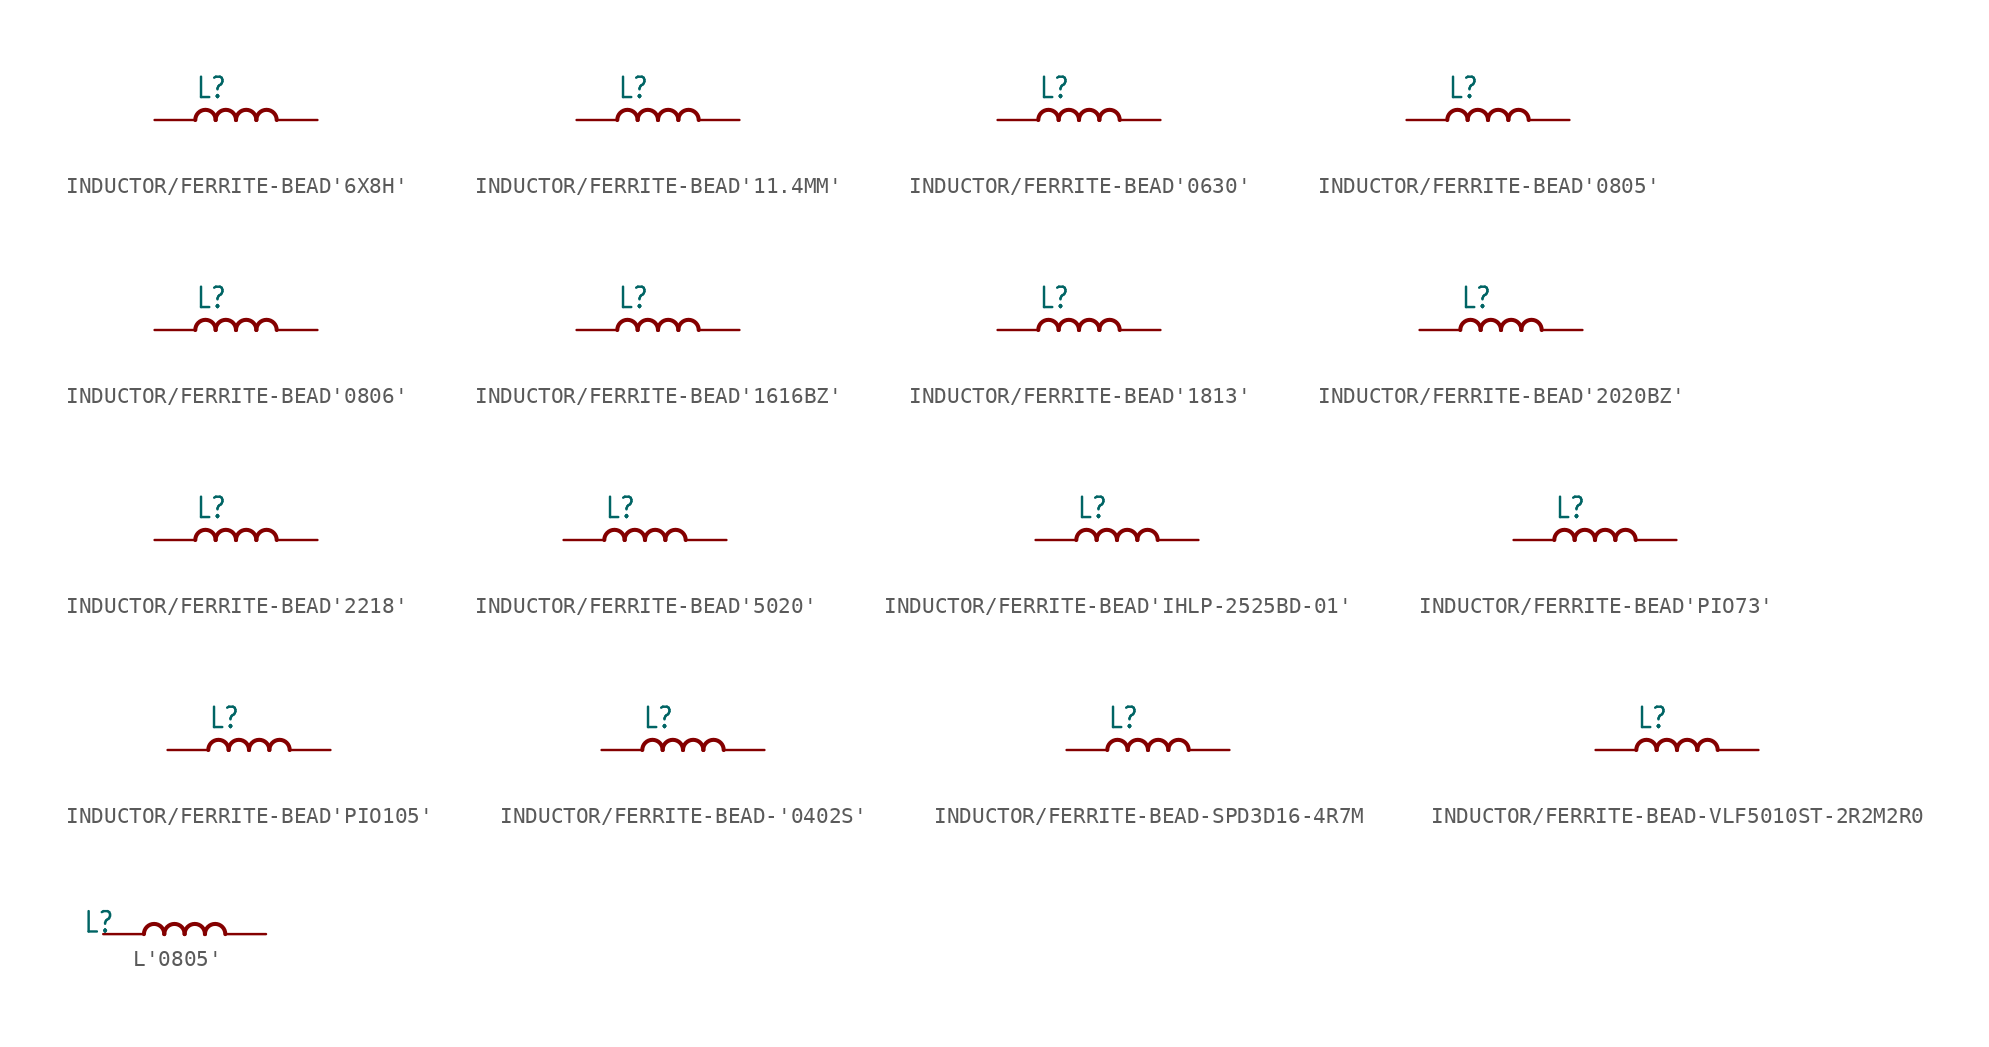
<source format=kicad_sym>
(kicad_symbol_lib
  (version 20241209)
  (generator "kicad_symbol_editor")
  (generator_version "9.0")
  (symbol "INDUCTOR/FERRITE-BEAD'6X8H'"
    (property "Reference" "L"
      (at -2.54 1.27 0)
      (effects (font (size 1.27 1.079)) (justify left bottom)))
    (property "Value" ""
      (at -2.54 -2.54 0)
      (effects (font (size 1.27 1.079)) (justify left bottom)))
    (property "ki_locked" ""
      (at 0 0 0)
      (effects (font (size 1.27 1.27))))
    (symbol "INDUCTOR/FERRITE-BEAD'6X8H'_1_0"
      (arc (start -2.54 0) (mid -1.905 0.635) (end -1.27 0) (stroke (width 0.254) (type solid)) (fill (type none)))
      (arc (start -1.27 0) (mid -0.635 0.635) (end 0 0) (stroke (width 0.254) (type solid)) (fill (type none)))
      (arc (start 0 0) (mid 0.635 0.635) (end 1.27 0) (stroke (width 0.254) (type solid)) (fill (type none)))
      (arc (start 1.27 0) (mid 1.905 0.635) (end 2.54 0) (stroke (width 0.254) (type solid)) (fill (type none)))
      (pin passive line (at -5.08 0 0) (length 2.54) (name "1" (effects (font (size 0 0)))) (number "1" (effects (font (size 0 0)))))
      (pin passive line (at 5.08 0 180) (length 2.54) (name "2" (effects (font (size 0 0)))) (number "2" (effects (font (size 0 0)))))))
  (symbol "INDUCTOR/FERRITE-BEAD'11.4MM'"
    (property "Reference" "L"
      (at -2.54 1.27 0)
      (effects (font (size 1.27 1.079)) (justify left bottom)))
    (property "Value" ""
      (at -2.54 -2.54 0)
      (effects (font (size 1.27 1.079)) (justify left bottom)))
    (property "ki_locked" ""
      (at 0 0 0)
      (effects (font (size 1.27 1.27))))
    (symbol "INDUCTOR/FERRITE-BEAD'11.4MM'_1_0"
      (arc (start -2.54 0) (mid -1.905 0.635) (end -1.27 0) (stroke (width 0.254) (type solid)) (fill (type none)))
      (arc (start -1.27 0) (mid -0.635 0.635) (end 0 0) (stroke (width 0.254) (type solid)) (fill (type none)))
      (arc (start 0 0) (mid 0.635 0.635) (end 1.27 0) (stroke (width 0.254) (type solid)) (fill (type none)))
      (arc (start 1.27 0) (mid 1.905 0.635) (end 2.54 0) (stroke (width 0.254) (type solid)) (fill (type none)))
      (pin passive line (at -5.08 0 0) (length 2.54) (name "1" (effects (font (size 0 0)))) (number "1" (effects (font (size 0 0)))))
      (pin passive line (at 5.08 0 180) (length 2.54) (name "2" (effects (font (size 0 0)))) (number "2" (effects (font (size 0 0)))))))
  (symbol "INDUCTOR/FERRITE-BEAD'0630'"
    (property "Reference" "L"
      (at -2.54 1.27 0)
      (effects (font (size 1.27 1.079)) (justify left bottom)))
    (property "Value" ""
      (at -2.54 -2.54 0)
      (effects (font (size 1.27 1.079)) (justify left bottom)))
    (property "ki_locked" ""
      (at 0 0 0)
      (effects (font (size 1.27 1.27))))
    (symbol "INDUCTOR/FERRITE-BEAD'0630'_1_0"
      (arc (start -2.54 0) (mid -1.905 0.635) (end -1.27 0) (stroke (width 0.254) (type solid)) (fill (type none)))
      (arc (start -1.27 0) (mid -0.635 0.635) (end 0 0) (stroke (width 0.254) (type solid)) (fill (type none)))
      (arc (start 0 0) (mid 0.635 0.635) (end 1.27 0) (stroke (width 0.254) (type solid)) (fill (type none)))
      (arc (start 1.27 0) (mid 1.905 0.635) (end 2.54 0) (stroke (width 0.254) (type solid)) (fill (type none)))
      (pin passive line (at -5.08 0 0) (length 2.54) (name "1" (effects (font (size 0 0)))) (number "1" (effects (font (size 0 0)))))
      (pin passive line (at 5.08 0 180) (length 2.54) (name "2" (effects (font (size 0 0)))) (number "2" (effects (font (size 0 0)))))))
  (symbol "INDUCTOR/FERRITE-BEAD'0805'"
    (property "Reference" "L"
      (at -2.54 1.27 0)
      (effects (font (size 1.27 1.079)) (justify left bottom)))
    (property "Value" ""
      (at -2.54 -2.54 0)
      (effects (font (size 1.27 1.079)) (justify left bottom)))
    (property "ki_locked" ""
      (at 0 0 0)
      (effects (font (size 1.27 1.27))))
    (symbol "INDUCTOR/FERRITE-BEAD'0805'_1_0"
      (arc (start -2.54 0) (mid -1.905 0.635) (end -1.27 0) (stroke (width 0.254) (type solid)) (fill (type none)))
      (arc (start -1.27 0) (mid -0.635 0.635) (end 0 0) (stroke (width 0.254) (type solid)) (fill (type none)))
      (arc (start 0 0) (mid 0.635 0.635) (end 1.27 0) (stroke (width 0.254) (type solid)) (fill (type none)))
      (arc (start 1.27 0) (mid 1.905 0.635) (end 2.54 0) (stroke (width 0.254) (type solid)) (fill (type none)))
      (pin passive line (at -5.08 0 0) (length 2.54) (name "1" (effects (font (size 0 0)))) (number "1" (effects (font (size 0 0)))))
      (pin passive line (at 5.08 0 180) (length 2.54) (name "2" (effects (font (size 0 0)))) (number "2" (effects (font (size 0 0)))))))
  (symbol "INDUCTOR/FERRITE-BEAD'0806'"
    (property "Reference" "L"
      (at -2.54 1.27 0)
      (effects (font (size 1.27 1.079)) (justify left bottom)))
    (property "Value" ""
      (at -2.54 -2.54 0)
      (effects (font (size 1.27 1.079)) (justify left bottom)))
    (property "ki_locked" ""
      (at 0 0 0)
      (effects (font (size 1.27 1.27))))
    (symbol "INDUCTOR/FERRITE-BEAD'0806'_1_0"
      (arc (start -2.54 0) (mid -1.905 0.635) (end -1.27 0) (stroke (width 0.254) (type solid)) (fill (type none)))
      (arc (start -1.27 0) (mid -0.635 0.635) (end 0 0) (stroke (width 0.254) (type solid)) (fill (type none)))
      (arc (start 0 0) (mid 0.635 0.635) (end 1.27 0) (stroke (width 0.254) (type solid)) (fill (type none)))
      (arc (start 1.27 0) (mid 1.905 0.635) (end 2.54 0) (stroke (width 0.254) (type solid)) (fill (type none)))
      (pin passive line (at -5.08 0 0) (length 2.54) (name "1" (effects (font (size 0 0)))) (number "1" (effects (font (size 0 0)))))
      (pin passive line (at 5.08 0 180) (length 2.54) (name "2" (effects (font (size 0 0)))) (number "2" (effects (font (size 0 0)))))))
  (symbol "INDUCTOR/FERRITE-BEAD'1616BZ'"
    (property "Reference" "L"
      (at -2.54 1.27 0)
      (effects (font (size 1.27 1.079)) (justify left bottom)))
    (property "Value" ""
      (at -2.54 -2.54 0)
      (effects (font (size 1.27 1.079)) (justify left bottom)))
    (property "ki_locked" ""
      (at 0 0 0)
      (effects (font (size 1.27 1.27))))
    (symbol "INDUCTOR/FERRITE-BEAD'1616BZ'_1_0"
      (arc (start -2.54 0) (mid -1.905 0.635) (end -1.27 0) (stroke (width 0.254) (type solid)) (fill (type none)))
      (arc (start -1.27 0) (mid -0.635 0.635) (end 0 0) (stroke (width 0.254) (type solid)) (fill (type none)))
      (arc (start 0 0) (mid 0.635 0.635) (end 1.27 0) (stroke (width 0.254) (type solid)) (fill (type none)))
      (arc (start 1.27 0) (mid 1.905 0.635) (end 2.54 0) (stroke (width 0.254) (type solid)) (fill (type none)))
      (pin passive line (at -5.08 0 0) (length 2.54) (name "1" (effects (font (size 0 0)))) (number "1" (effects (font (size 0 0)))))
      (pin passive line (at 5.08 0 180) (length 2.54) (name "2" (effects (font (size 0 0)))) (number "2" (effects (font (size 0 0)))))))
  (symbol "INDUCTOR/FERRITE-BEAD'1813'"
    (property "Reference" "L"
      (at -2.54 1.27 0)
      (effects (font (size 1.27 1.079)) (justify left bottom)))
    (property "Value" ""
      (at -2.54 -2.54 0)
      (effects (font (size 1.27 1.079)) (justify left bottom)))
    (property "ki_locked" ""
      (at 0 0 0)
      (effects (font (size 1.27 1.27))))
    (symbol "INDUCTOR/FERRITE-BEAD'1813'_1_0"
      (arc (start -2.54 0) (mid -1.905 0.635) (end -1.27 0) (stroke (width 0.254) (type solid)) (fill (type none)))
      (arc (start -1.27 0) (mid -0.635 0.635) (end 0 0) (stroke (width 0.254) (type solid)) (fill (type none)))
      (arc (start 0 0) (mid 0.635 0.635) (end 1.27 0) (stroke (width 0.254) (type solid)) (fill (type none)))
      (arc (start 1.27 0) (mid 1.905 0.635) (end 2.54 0) (stroke (width 0.254) (type solid)) (fill (type none)))
      (pin passive line (at -5.08 0 0) (length 2.54) (name "1" (effects (font (size 0 0)))) (number "1" (effects (font (size 0 0)))))
      (pin passive line (at 5.08 0 180) (length 2.54) (name "2" (effects (font (size 0 0)))) (number "2" (effects (font (size 0 0)))))))
  (symbol "INDUCTOR/FERRITE-BEAD'2020BZ'"
    (property "Reference" "L"
      (at -2.54 1.27 0)
      (effects (font (size 1.27 1.079)) (justify left bottom)))
    (property "Value" ""
      (at -2.54 -2.54 0)
      (effects (font (size 1.27 1.079)) (justify left bottom)))
    (property "ki_locked" ""
      (at 0 0 0)
      (effects (font (size 1.27 1.27))))
    (symbol "INDUCTOR/FERRITE-BEAD'2020BZ'_1_0"
      (arc (start -2.54 0) (mid -1.905 0.635) (end -1.27 0) (stroke (width 0.254) (type solid)) (fill (type none)))
      (arc (start -1.27 0) (mid -0.635 0.635) (end 0 0) (stroke (width 0.254) (type solid)) (fill (type none)))
      (arc (start 0 0) (mid 0.635 0.635) (end 1.27 0) (stroke (width 0.254) (type solid)) (fill (type none)))
      (arc (start 1.27 0) (mid 1.905 0.635) (end 2.54 0) (stroke (width 0.254) (type solid)) (fill (type none)))
      (pin passive line (at -5.08 0 0) (length 2.54) (name "1" (effects (font (size 0 0)))) (number "1" (effects (font (size 0 0)))))
      (pin passive line (at 5.08 0 180) (length 2.54) (name "2" (effects (font (size 0 0)))) (number "2" (effects (font (size 0 0)))))))
  (symbol "INDUCTOR/FERRITE-BEAD'2218'"
    (property "Reference" "L"
      (at -2.54 1.27 0)
      (effects (font (size 1.27 1.079)) (justify left bottom)))
    (property "Value" ""
      (at -2.54 -2.54 0)
      (effects (font (size 1.27 1.079)) (justify left bottom)))
    (property "ki_locked" ""
      (at 0 0 0)
      (effects (font (size 1.27 1.27))))
    (symbol "INDUCTOR/FERRITE-BEAD'2218'_1_0"
      (arc (start -2.54 0) (mid -1.905 0.635) (end -1.27 0) (stroke (width 0.254) (type solid)) (fill (type none)))
      (arc (start -1.27 0) (mid -0.635 0.635) (end 0 0) (stroke (width 0.254) (type solid)) (fill (type none)))
      (arc (start 0 0) (mid 0.635 0.635) (end 1.27 0) (stroke (width 0.254) (type solid)) (fill (type none)))
      (arc (start 1.27 0) (mid 1.905 0.635) (end 2.54 0) (stroke (width 0.254) (type solid)) (fill (type none)))
      (pin passive line (at -5.08 0 0) (length 2.54) (name "1" (effects (font (size 0 0)))) (number "P$1" (effects (font (size 0 0)))))
      (pin passive line (at 5.08 0 180) (length 2.54) (name "2" (effects (font (size 0 0)))) (number "P$2" (effects (font (size 0 0)))))))
  (symbol "INDUCTOR/FERRITE-BEAD'5020'"
    (property "Reference" "L"
      (at -2.54 1.27 0)
      (effects (font (size 1.27 1.079)) (justify left bottom)))
    (property "Value" ""
      (at -2.54 -2.54 0)
      (effects (font (size 1.27 1.079)) (justify left bottom)))
    (property "ki_locked" ""
      (at 0 0 0)
      (effects (font (size 1.27 1.27))))
    (symbol "INDUCTOR/FERRITE-BEAD'5020'_1_0"
      (arc (start -2.54 0) (mid -1.905 0.635) (end -1.27 0) (stroke (width 0.254) (type solid)) (fill (type none)))
      (arc (start -1.27 0) (mid -0.635 0.635) (end 0 0) (stroke (width 0.254) (type solid)) (fill (type none)))
      (arc (start 0 0) (mid 0.635 0.635) (end 1.27 0) (stroke (width 0.254) (type solid)) (fill (type none)))
      (arc (start 1.27 0) (mid 1.905 0.635) (end 2.54 0) (stroke (width 0.254) (type solid)) (fill (type none)))
      (pin passive line (at -5.08 0 0) (length 2.54) (name "1" (effects (font (size 0 0)))) (number "1" (effects (font (size 0 0)))))
      (pin passive line (at 5.08 0 180) (length 2.54) (name "2" (effects (font (size 0 0)))) (number "2" (effects (font (size 0 0)))))))
  (symbol "INDUCTOR/FERRITE-BEAD'IHLP-2525BD-01'"
    (property "Reference" "L"
      (at -2.54 1.27 0)
      (effects (font (size 1.27 1.079)) (justify left bottom)))
    (property "Value" ""
      (at -2.54 -2.54 0)
      (effects (font (size 1.27 1.079)) (justify left bottom)))
    (property "ki_locked" ""
      (at 0 0 0)
      (effects (font (size 1.27 1.27))))
    (symbol "INDUCTOR/FERRITE-BEAD'IHLP-2525BD-01'_1_0"
      (arc (start -2.54 0) (mid -1.905 0.635) (end -1.27 0) (stroke (width 0.254) (type solid)) (fill (type none)))
      (arc (start -1.27 0) (mid -0.635 0.635) (end 0 0) (stroke (width 0.254) (type solid)) (fill (type none)))
      (arc (start 0 0) (mid 0.635 0.635) (end 1.27 0) (stroke (width 0.254) (type solid)) (fill (type none)))
      (arc (start 1.27 0) (mid 1.905 0.635) (end 2.54 0) (stroke (width 0.254) (type solid)) (fill (type none)))
      (pin passive line (at -5.08 0 0) (length 2.54) (name "1" (effects (font (size 0 0)))) (number "1" (effects (font (size 0 0)))))
      (pin passive line (at 5.08 0 180) (length 2.54) (name "2" (effects (font (size 0 0)))) (number "2" (effects (font (size 0 0)))))))
  (symbol "INDUCTOR/FERRITE-BEAD'PIO73'"
    (property "Reference" "L"
      (at -2.54 1.27 0)
      (effects (font (size 1.27 1.079)) (justify left bottom)))
    (property "Value" ""
      (at -2.54 -2.54 0)
      (effects (font (size 1.27 1.079)) (justify left bottom)))
    (property "ki_locked" ""
      (at 0 0 0)
      (effects (font (size 1.27 1.27))))
    (symbol "INDUCTOR/FERRITE-BEAD'PIO73'_1_0"
      (arc (start -2.54 0) (mid -1.905 0.635) (end -1.27 0) (stroke (width 0.254) (type solid)) (fill (type none)))
      (arc (start -1.27 0) (mid -0.635 0.635) (end 0 0) (stroke (width 0.254) (type solid)) (fill (type none)))
      (arc (start 0 0) (mid 0.635 0.635) (end 1.27 0) (stroke (width 0.254) (type solid)) (fill (type none)))
      (arc (start 1.27 0) (mid 1.905 0.635) (end 2.54 0) (stroke (width 0.254) (type solid)) (fill (type none)))
      (pin passive line (at -5.08 0 0) (length 2.54) (name "1" (effects (font (size 0 0)))) (number "1" (effects (font (size 0 0)))))
      (pin passive line (at 5.08 0 180) (length 2.54) (name "2" (effects (font (size 0 0)))) (number "2" (effects (font (size 0 0)))))))
  (symbol "INDUCTOR/FERRITE-BEAD'PIO105'"
    (property "Reference" "L"
      (at -2.54 1.27 0)
      (effects (font (size 1.27 1.079)) (justify left bottom)))
    (property "Value" ""
      (at -2.54 -2.54 0)
      (effects (font (size 1.27 1.079)) (justify left bottom)))
    (property "ki_locked" ""
      (at 0 0 0)
      (effects (font (size 1.27 1.27))))
    (symbol "INDUCTOR/FERRITE-BEAD'PIO105'_1_0"
      (arc (start -2.54 0) (mid -1.905 0.635) (end -1.27 0) (stroke (width 0.254) (type solid)) (fill (type none)))
      (arc (start -1.27 0) (mid -0.635 0.635) (end 0 0) (stroke (width 0.254) (type solid)) (fill (type none)))
      (arc (start 0 0) (mid 0.635 0.635) (end 1.27 0) (stroke (width 0.254) (type solid)) (fill (type none)))
      (arc (start 1.27 0) (mid 1.905 0.635) (end 2.54 0) (stroke (width 0.254) (type solid)) (fill (type none)))
      (pin passive line (at -5.08 0 0) (length 2.54) (name "1" (effects (font (size 0 0)))) (number "1" (effects (font (size 0 0)))))
      (pin passive line (at 5.08 0 180) (length 2.54) (name "2" (effects (font (size 0 0)))) (number "2" (effects (font (size 0 0)))))))
  (symbol "INDUCTOR/FERRITE-BEAD-'0402S'"
    (property "Reference" "L"
      (at -2.54 1.27 0)
      (effects (font (size 1.27 1.079)) (justify left bottom)))
    (property "Value" ""
      (at -2.54 -2.54 0)
      (effects (font (size 1.27 1.079)) (justify left bottom)))
    (property "ki_locked" ""
      (at 0 0 0)
      (effects (font (size 1.27 1.27))))
    (symbol "INDUCTOR/FERRITE-BEAD-'0402S'_1_0"
      (arc (start -2.54 0) (mid -1.905 0.635) (end -1.27 0) (stroke (width 0.254) (type solid)) (fill (type none)))
      (arc (start -1.27 0) (mid -0.635 0.635) (end 0 0) (stroke (width 0.254) (type solid)) (fill (type none)))
      (arc (start 0 0) (mid 0.635 0.635) (end 1.27 0) (stroke (width 0.254) (type solid)) (fill (type none)))
      (arc (start 1.27 0) (mid 1.905 0.635) (end 2.54 0) (stroke (width 0.254) (type solid)) (fill (type none)))
      (pin passive line (at -5.08 0 0) (length 2.54) (name "1" (effects (font (size 0 0)))) (number "1" (effects (font (size 0 0)))))
      (pin passive line (at 5.08 0 180) (length 2.54) (name "2" (effects (font (size 0 0)))) (number "2" (effects (font (size 0 0)))))))
  (symbol "INDUCTOR/FERRITE-BEAD-SPD3D16-4R7M"
    (property "Reference" "L"
      (at -2.54 1.27 0)
      (effects (font (size 1.27 1.079)) (justify left bottom)))
    (property "Value" ""
      (at -2.54 -2.54 0)
      (effects (font (size 1.27 1.079)) (justify left bottom)))
    (property "ki_locked" ""
      (at 0 0 0)
      (effects (font (size 1.27 1.27))))
    (symbol "INDUCTOR/FERRITE-BEAD-SPD3D16-4R7M_1_0"
      (arc (start -2.54 0) (mid -1.905 0.635) (end -1.27 0) (stroke (width 0.254) (type solid)) (fill (type none)))
      (arc (start -1.27 0) (mid -0.635 0.635) (end 0 0) (stroke (width 0.254) (type solid)) (fill (type none)))
      (arc (start 0 0) (mid 0.635 0.635) (end 1.27 0) (stroke (width 0.254) (type solid)) (fill (type none)))
      (arc (start 1.27 0) (mid 1.905 0.635) (end 2.54 0) (stroke (width 0.254) (type solid)) (fill (type none)))
      (pin passive line (at -5.08 0 0) (length 2.54) (name "1" (effects (font (size 0 0)))) (number "1" (effects (font (size 0 0)))))
      (pin passive line (at 5.08 0 180) (length 2.54) (name "2" (effects (font (size 0 0)))) (number "2" (effects (font (size 0 0)))))))
  (symbol "INDUCTOR/FERRITE-BEAD-VLF5010ST-2R2M2R0"
    (property "Reference" "L"
      (at -2.54 1.27 0)
      (effects (font (size 1.27 1.079)) (justify left bottom)))
    (property "Value" ""
      (at -2.54 -2.54 0)
      (effects (font (size 1.27 1.079)) (justify left bottom)))
    (property "ki_locked" ""
      (at 0 0 0)
      (effects (font (size 1.27 1.27))))
    (symbol "INDUCTOR/FERRITE-BEAD-VLF5010ST-2R2M2R0_1_0"
      (arc (start -2.54 0) (mid -1.905 0.635) (end -1.27 0) (stroke (width 0.254) (type solid)) (fill (type none)))
      (arc (start -1.27 0) (mid -0.635 0.635) (end 0 0) (stroke (width 0.254) (type solid)) (fill (type none)))
      (arc (start 0 0) (mid 0.635 0.635) (end 1.27 0) (stroke (width 0.254) (type solid)) (fill (type none)))
      (arc (start 1.27 0) (mid 1.905 0.635) (end 2.54 0) (stroke (width 0.254) (type solid)) (fill (type none)))
      (pin passive line (at -5.08 0 0) (length 2.54) (name "1" (effects (font (size 0 0)))) (number "1" (effects (font (size 0 0)))))
      (pin passive line (at 5.08 0 180) (length 2.54) (name "2" (effects (font (size 0 0)))) (number "2" (effects (font (size 0 0)))))))
  (symbol "L'0805'"
    (property "Reference" "L"
      (at -6.35 0 0)
      (effects (font (size 1.27 1.079)) (justify left bottom)))
    (property "Value" ""
      (at 2.54 0 0)
      (effects (font (size 1.27 1.079)) (justify left bottom)))
    (property "ki_locked" ""
      (at 0 0 0)
      (effects (font (size 1.27 1.27))))
    (symbol "L'0805'_1_0"
      (arc (start -2.54 0) (mid -1.905 0.635) (end -1.27 0) (stroke (width 0.254) (type solid)) (fill (type none)))
      (arc (start -1.27 0) (mid -0.635 0.635) (end 0 0) (stroke (width 0.254) (type solid)) (fill (type none)))
      (arc (start 0 0) (mid 0.635 0.635) (end 1.27 0) (stroke (width 0.254) (type solid)) (fill (type none)))
      (arc (start 1.27 0) (mid 1.905 0.635) (end 2.54 0) (stroke (width 0.254) (type solid)) (fill (type none)))
      (pin passive line (at -5.08 0 0) (length 2.54) (name "1" (effects (font (size 0 0)))) (number "1" (effects (font (size 0 0)))))
      (pin passive line (at 5.08 0 180) (length 2.54) (name "2" (effects (font (size 0 0)))) (number "2" (effects (font (size 0 0))))))))
</source>
